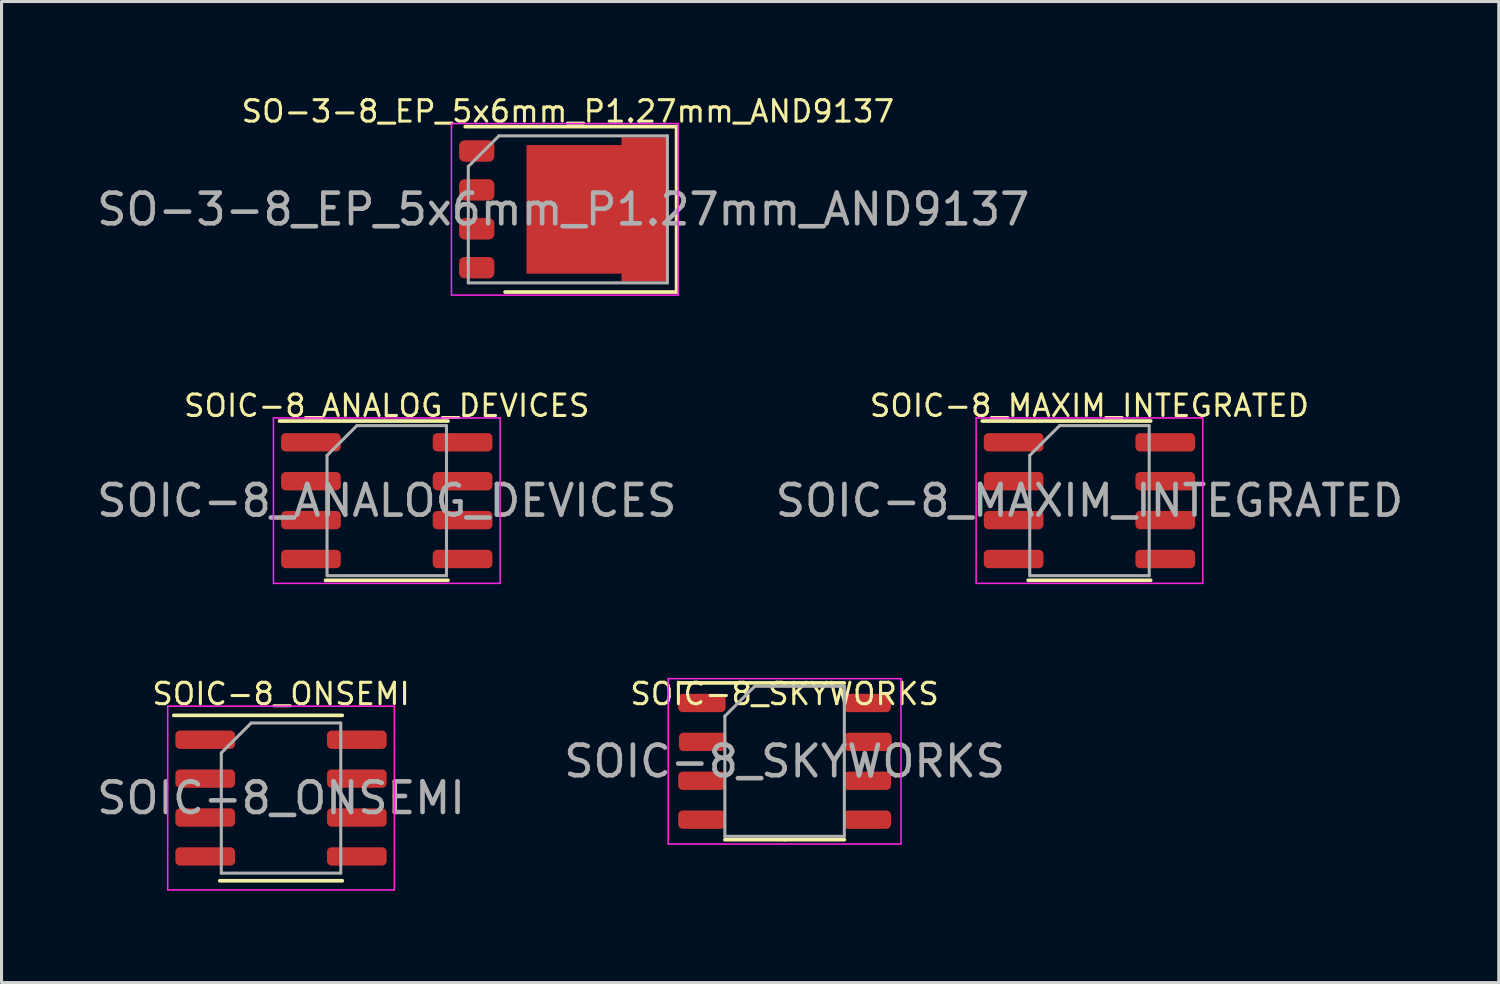
<source format=kicad_pcb>
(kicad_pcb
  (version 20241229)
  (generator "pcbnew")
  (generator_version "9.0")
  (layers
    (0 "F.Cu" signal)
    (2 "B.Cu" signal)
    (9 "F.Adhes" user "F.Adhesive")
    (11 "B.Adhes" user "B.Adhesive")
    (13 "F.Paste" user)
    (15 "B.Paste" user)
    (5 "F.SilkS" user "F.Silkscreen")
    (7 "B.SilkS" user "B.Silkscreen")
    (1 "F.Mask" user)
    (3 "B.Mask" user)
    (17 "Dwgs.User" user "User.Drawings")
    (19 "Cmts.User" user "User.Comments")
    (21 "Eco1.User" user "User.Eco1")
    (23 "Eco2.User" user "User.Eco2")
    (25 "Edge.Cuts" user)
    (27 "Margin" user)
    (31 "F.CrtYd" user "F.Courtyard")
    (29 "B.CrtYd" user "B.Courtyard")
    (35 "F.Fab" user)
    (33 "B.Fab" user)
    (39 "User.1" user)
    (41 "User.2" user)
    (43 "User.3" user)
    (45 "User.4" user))
  (footprint "SOIC-8_ONSEMI"
    (layer "F.Cu")
    (at 6.125 23.005)
    (property "Reference" "SOIC-8_ONSEMI" (at 0 -3.4 0) (layer "F.SilkS") (effects (font (size 0.7 0.7) (thickness 0.1))))
    (attr smd)
    (fp_line (start 2 -2.7) (end -3.5 -2.7) (stroke (width 0.12) (type solid)) (layer "F.SilkS"))
    (fp_line (start 2 2.7) (end -2 2.7) (stroke (width 0.12) (type solid)) (layer "F.SilkS"))
    (fp_line (start -3.7 -3) (end -3.7 3) (stroke (width 0.05) (type solid)) (layer "F.CrtYd"))
    (fp_line (start -3.7 3) (end 3.7 3) (stroke (width 0.05) (type solid)) (layer "F.CrtYd"))
    (fp_line (start 3.7 -3) (end -3.7 -3) (stroke (width 0.05) (type solid)) (layer "F.CrtYd"))
    (fp_line (start 3.7 3) (end 3.7 -3) (stroke (width 0.05) (type solid)) (layer "F.CrtYd"))
    (fp_line (start -1.95 -1.475) (end -0.975 -2.45) (stroke (width 0.1) (type solid)) (layer "F.Fab"))
    (fp_line (start -1.95 2.45) (end -1.95 -1.475) (stroke (width 0.1) (type solid)) (layer "F.Fab"))
    (fp_line (start -0.975 -2.45) (end 1.95 -2.45) (stroke (width 0.1) (type solid)) (layer "F.Fab"))
    (fp_line (start 1.95 -2.45) (end 1.95 2.45) (stroke (width 0.1) (type solid)) (layer "F.Fab"))
    (fp_line (start 1.95 2.45) (end -1.95 2.45) (stroke (width 0.1) (type solid)) (layer "F.Fab"))
    (fp_text user "${REFERENCE}" (at 0 0 0) (layer "F.Fab") (effects (font (size 1 1) (thickness 0.15))))
    (pad "1" smd roundrect (at -2.475 -1.905) (size 1.95 0.6) (layers "F.Cu" "F.Mask" "F.Paste") (roundrect_rratio 0.25))
    (pad "2" smd roundrect (at -2.475 -0.635) (size 1.95 0.6) (layers "F.Cu" "F.Mask" "F.Paste") (roundrect_rratio 0.25))
    (pad "3" smd roundrect (at -2.475 0.635) (size 1.95 0.6) (layers "F.Cu" "F.Mask" "F.Paste") (roundrect_rratio 0.25))
    (pad "4" smd roundrect (at -2.475 1.905) (size 1.95 0.6) (layers "F.Cu" "F.Mask" "F.Paste") (roundrect_rratio 0.25))
    (pad "5" smd roundrect (at 2.475 1.905) (size 1.95 0.6) (layers "F.Cu" "F.Mask" "F.Paste") (roundrect_rratio 0.25))
    (pad "6" smd roundrect (at 2.475 0.635) (size 1.95 0.6) (layers "F.Cu" "F.Mask" "F.Paste") (roundrect_rratio 0.25))
    (pad "7" smd roundrect (at 2.475 -0.635) (size 1.95 0.6) (layers "F.Cu" "F.Mask" "F.Paste") (roundrect_rratio 0.25))
    (pad "8" smd roundrect (at 2.475 -1.905) (size 1.95 0.6) (layers "F.Cu" "F.Mask" "F.Paste") (roundrect_rratio 0.25)))
  (footprint "SOIC-8_MAXIM_INTEGRATED"
    (layer "F.Cu")
    (at 32.518 13.295)
    (property "Reference" "SOIC-8_MAXIM_INTEGRATED" (at 0 -3.1 0) (layer "F.SilkS") (effects (font (size 0.7 0.7) (thickness 0.1))))
    (attr smd)
    (fp_line (start 2 -2.6) (end -3.5 -2.6) (stroke (width 0.12) (type solid)) (layer "F.SilkS"))
    (fp_line (start 2 2.6) (end -2 2.6) (stroke (width 0.12) (type solid)) (layer "F.SilkS"))
    (fp_line (start -3.7 -2.7) (end -3.7 2.7) (stroke (width 0.05) (type solid)) (layer "F.CrtYd"))
    (fp_line (start -3.7 2.7) (end 3.7 2.7) (stroke (width 0.05) (type solid)) (layer "F.CrtYd"))
    (fp_line (start 3.7 -2.7) (end -3.7 -2.7) (stroke (width 0.05) (type solid)) (layer "F.CrtYd"))
    (fp_line (start 3.7 2.7) (end 3.7 -2.7) (stroke (width 0.05) (type solid)) (layer "F.CrtYd"))
    (fp_line (start -1.95 -1.475) (end -0.975 -2.45) (stroke (width 0.1) (type solid)) (layer "F.Fab"))
    (fp_line (start -1.95 2.45) (end -1.95 -1.475) (stroke (width 0.1) (type solid)) (layer "F.Fab"))
    (fp_line (start -0.975 -2.45) (end 1.95 -2.45) (stroke (width 0.1) (type solid)) (layer "F.Fab"))
    (fp_line (start 1.95 -2.45) (end 1.95 2.45) (stroke (width 0.1) (type solid)) (layer "F.Fab"))
    (fp_line (start 1.95 2.45) (end -1.95 2.45) (stroke (width 0.1) (type solid)) (layer "F.Fab"))
    (fp_text user "${REFERENCE}" (at 0 0 0) (layer "F.Fab") (effects (font (size 1 1) (thickness 0.15))))
    (pad "1" smd roundrect (at -2.475 -1.905) (size 1.95 0.6) (layers "F.Cu" "F.Mask" "F.Paste") (roundrect_rratio 0.25))
    (pad "2" smd roundrect (at -2.475 -0.635) (size 1.95 0.6) (layers "F.Cu" "F.Mask" "F.Paste") (roundrect_rratio 0.25))
    (pad "3" smd roundrect (at -2.475 0.635) (size 1.95 0.6) (layers "F.Cu" "F.Mask" "F.Paste") (roundrect_rratio 0.25))
    (pad "4" smd roundrect (at -2.475 1.905) (size 1.95 0.6) (layers "F.Cu" "F.Mask" "F.Paste") (roundrect_rratio 0.25))
    (pad "5" smd roundrect (at 2.475 1.905) (size 1.95 0.6) (layers "F.Cu" "F.Mask" "F.Paste") (roundrect_rratio 0.25))
    (pad "6" smd roundrect (at 2.475 0.635) (size 1.95 0.6) (layers "F.Cu" "F.Mask" "F.Paste") (roundrect_rratio 0.25))
    (pad "7" smd roundrect (at 2.475 -0.635) (size 1.95 0.6) (layers "F.Cu" "F.Mask" "F.Paste") (roundrect_rratio 0.25))
    (pad "8" smd roundrect (at 2.475 -1.905) (size 1.95 0.6) (layers "F.Cu" "F.Mask" "F.Paste") (roundrect_rratio 0.25)))
  (footprint "SOIC-8_SKYWORKS"
    (layer "F.Cu")
    (at 22.565 21.805)
    (property "Reference" "SOIC-8_SKYWORKS" (at 0 -2.2 0) (layer "F.SilkS") (effects (font (size 0.7 0.7) (thickness 0.1))))
    (attr smd)
    (fp_line (start 0 -2.56) (end -3.45 -2.56) (stroke (width 0.12) (type solid)) (layer "F.SilkS"))
    (fp_line (start 0 -2.56) (end 1.95 -2.56) (stroke (width 0.12) (type solid)) (layer "F.SilkS"))
    (fp_line (start 0 2.56) (end -1.95 2.56) (stroke (width 0.12) (type solid)) (layer "F.SilkS"))
    (fp_line (start 0 2.56) (end 1.95 2.56) (stroke (width 0.12) (type solid)) (layer "F.SilkS"))
    (fp_line (start -3.8 -2.7) (end -3.8 2.7) (stroke (width 0.05) (type solid)) (layer "F.CrtYd"))
    (fp_line (start -3.8 2.7) (end 3.8 2.7) (stroke (width 0.05) (type solid)) (layer "F.CrtYd"))
    (fp_line (start 3.8 -2.7) (end -3.8 -2.7) (stroke (width 0.05) (type solid)) (layer "F.CrtYd"))
    (fp_line (start 3.8 2.7) (end 3.8 -2.7) (stroke (width 0.05) (type solid)) (layer "F.CrtYd"))
    (fp_line (start -1.95 -1.475) (end -0.975 -2.45) (stroke (width 0.1) (type solid)) (layer "F.Fab"))
    (fp_line (start -1.95 2.45) (end -1.95 -1.475) (stroke (width 0.1) (type solid)) (layer "F.Fab"))
    (fp_line (start -0.975 -2.45) (end 1.95 -2.45) (stroke (width 0.1) (type solid)) (layer "F.Fab"))
    (fp_line (start 1.95 -2.45) (end 1.95 2.45) (stroke (width 0.1) (type solid)) (layer "F.Fab"))
    (fp_line (start 1.95 2.45) (end -1.95 2.45) (stroke (width 0.1) (type solid)) (layer "F.Fab"))
    (fp_text user "${REFERENCE}" (at 0 0 0) (layer "F.Fab") (effects (font (size 1 1) (thickness 0.15))))
    (pad "1" smd roundrect (at -2.7 -1.905) (size 1.55 0.6) (layers "F.Cu" "F.Mask" "F.Paste") (roundrect_rratio 0.25))
    (pad "2" smd roundrect (at -2.675 -0.635) (size 1.55 0.6) (layers "F.Cu" "F.Mask" "F.Paste") (roundrect_rratio 0.25))
    (pad "3" smd roundrect (at -2.7 0.635) (size 1.55 0.6) (layers "F.Cu" "F.Mask" "F.Paste") (roundrect_rratio 0.25))
    (pad "4" smd roundrect (at -2.7 1.905) (size 1.55 0.6) (layers "F.Cu" "F.Mask" "F.Paste") (roundrect_rratio 0.25))
    (pad "5" smd roundrect (at 2.7 1.905) (size 1.55 0.6) (layers "F.Cu" "F.Mask" "F.Paste") (roundrect_rratio 0.25))
    (pad "6" smd roundrect (at 2.7 0.635) (size 1.55 0.6) (layers "F.Cu" "F.Mask" "F.Paste") (roundrect_rratio 0.25))
    (pad "7" smd roundrect (at 2.725 -0.635) (size 1.55 0.6) (layers "F.Cu" "F.Mask" "F.Paste") (roundrect_rratio 0.25))
    (pad "8" smd roundrect (at 2.7 -1.905) (size 1.55 0.6) (layers "F.Cu" "F.Mask" "F.Paste") (roundrect_rratio 0.25)))
  (footprint "SOIC-8_ANALOG_DEVICES"
    (layer "F.Cu")
    (at 9.577 13.295)
    (property "Reference" "SOIC-8_ANALOG_DEVICES" (at 0 -3.1 0) (layer "F.SilkS") (effects (font (size 0.7 0.7) (thickness 0.1))))
    (attr smd)
    (fp_line (start 2 -2.6) (end -3.5 -2.6) (stroke (width 0.12) (type solid)) (layer "F.SilkS"))
    (fp_line (start 2 2.6) (end -2 2.6) (stroke (width 0.12) (type solid)) (layer "F.SilkS"))
    (fp_line (start -3.7 -2.7) (end -3.7 2.7) (stroke (width 0.05) (type solid)) (layer "F.CrtYd"))
    (fp_line (start -3.7 2.7) (end 3.7 2.7) (stroke (width 0.05) (type solid)) (layer "F.CrtYd"))
    (fp_line (start 3.7 -2.7) (end -3.7 -2.7) (stroke (width 0.05) (type solid)) (layer "F.CrtYd"))
    (fp_line (start 3.7 2.7) (end 3.7 -2.7) (stroke (width 0.05) (type solid)) (layer "F.CrtYd"))
    (fp_line (start -1.95 -1.475) (end -0.975 -2.45) (stroke (width 0.1) (type solid)) (layer "F.Fab"))
    (fp_line (start -1.95 2.45) (end -1.95 -1.475) (stroke (width 0.1) (type solid)) (layer "F.Fab"))
    (fp_line (start -0.975 -2.45) (end 1.95 -2.45) (stroke (width 0.1) (type solid)) (layer "F.Fab"))
    (fp_line (start 1.95 -2.45) (end 1.95 2.45) (stroke (width 0.1) (type solid)) (layer "F.Fab"))
    (fp_line (start 1.95 2.45) (end -1.95 2.45) (stroke (width 0.1) (type solid)) (layer "F.Fab"))
    (fp_text user "${REFERENCE}" (at 0 0 0) (layer "F.Fab") (effects (font (size 1 1) (thickness 0.15))))
    (pad "1" smd roundrect (at -2.475 -1.905) (size 1.95 0.6) (layers "F.Cu" "F.Mask" "F.Paste") (roundrect_rratio 0.25))
    (pad "2" smd roundrect (at -2.475 -0.635) (size 1.95 0.6) (layers "F.Cu" "F.Mask" "F.Paste") (roundrect_rratio 0.25))
    (pad "3" smd roundrect (at -2.475 0.635) (size 1.95 0.6) (layers "F.Cu" "F.Mask" "F.Paste") (roundrect_rratio 0.25))
    (pad "4" smd roundrect (at -2.475 1.905) (size 1.95 0.6) (layers "F.Cu" "F.Mask" "F.Paste") (roundrect_rratio 0.25))
    (pad "5" smd roundrect (at 2.475 1.905) (size 1.95 0.6) (layers "F.Cu" "F.Mask" "F.Paste") (roundrect_rratio 0.25))
    (pad "6" smd roundrect (at 2.475 0.635) (size 1.95 0.6) (layers "F.Cu" "F.Mask" "F.Paste") (roundrect_rratio 0.25))
    (pad "7" smd roundrect (at 2.475 -0.635) (size 1.95 0.6) (layers "F.Cu" "F.Mask" "F.Paste") (roundrect_rratio 0.25))
    (pad "8" smd roundrect (at 2.475 -1.905) (size 1.95 0.6) (layers "F.Cu" "F.Mask" "F.Paste") (roundrect_rratio 0.25)))
  (footprint "SO-3-8_EP_5x6mm_P1.27mm_AND9137"
    (layer "F.Cu")
    (at 15.489 3.785)
    (property "Reference" "SO-3-8_EP_5x6mm_P1.27mm_AND9137" (at 0 -3.2 0) (layer "F.SilkS") (effects (font (size 0.7 0.7) (thickness 0.1))))
    (attr smd)
    (fp_line (start -2.05 2.7) (end 3.55 2.7) (stroke (width 0.12) (type solid)) (layer "F.SilkS"))
    (fp_line (start 3.55 -2.7) (end -3.35 -2.7) (stroke (width 0.12) (type solid)) (layer "F.SilkS"))
    (fp_line (start 3.55 2.7) (end 3.55 -2.7) (stroke (width 0.12) (type solid)) (layer "F.SilkS"))
    (fp_line (start -3.8 -2.8) (end 3.6 -2.8) (stroke (width 0.05) (type solid)) (layer "F.CrtYd"))
    (fp_line (start -3.8 2.8) (end -3.8 -2.8) (stroke (width 0.05) (type solid)) (layer "F.CrtYd"))
    (fp_line (start 3.6 -2.8) (end 3.6 2.8) (stroke (width 0.05) (type solid)) (layer "F.CrtYd"))
    (fp_line (start 3.6 2.8) (end -3.8 2.8) (stroke (width 0.05) (type solid)) (layer "F.CrtYd"))
    (fp_line (start -3.25 -1.4) (end -3.25 2.4) (stroke (width 0.1) (type solid)) (layer "F.Fab"))
    (fp_line (start -3.25 -1.4) (end -2.25 -2.4) (stroke (width 0.1) (type solid)) (layer "F.Fab"))
    (fp_line (start -3.25 2.4) (end 3.25 2.4) (stroke (width 0.1) (type solid)) (layer "F.Fab"))
    (fp_line (start 3.25 -2.4) (end -2.25 -2.4) (stroke (width 0.1) (type solid)) (layer "F.Fab"))
    (fp_line (start 3.25 2.4) (end 3.25 -2.4) (stroke (width 0.1) (type solid)) (layer "F.Fab"))
    (fp_text user "${REFERENCE}" (at -0.15 0 180) (layer "F.Fab") (effects (font (size 1 1) (thickness 0.15))))
    (pad "" smd rect (at -0.8 -1.15 90) (size 0.9 0.6) (layers "F.Paste"))
    (pad "" smd rect (at -0.8 0 90) (size 0.9 0.6) (layers "F.Paste"))
    (pad "" smd rect (at -0.8 1.15 90) (size 0.9 0.6) (layers "F.Paste"))
    (pad "" smd rect (at 0.05 -1.15 90) (size 0.9 0.6) (layers "F.Paste"))
    (pad "" smd rect (at 0.05 0 90) (size 0.9 0.6) (layers "F.Paste"))
    (pad "" smd rect (at 0.05 1.15 90) (size 0.9 0.6) (layers "F.Paste"))
    (pad "" smd rect (at 0.9 -1.15 90) (size 0.9 0.6) (layers "F.Paste"))
    (pad "" smd rect (at 0.9 0 90) (size 0.9 0.6) (layers "F.Paste"))
    (pad "" smd rect (at 0.9 1.15 90) (size 0.9 0.6) (layers "F.Paste"))
    (pad "" smd rect (at 1.75 -1.15 90) (size 0.9 0.6) (layers "F.Paste"))
    (pad "" smd rect (at 1.75 0 90) (size 0.9 0.6) (layers "F.Paste"))
    (pad "" smd rect (at 1.75 1.15 90) (size 0.9 0.6) (layers "F.Paste"))
    (pad "" smd rect (at 2.75 -1.91 90) (size 0.6 0.9) (layers "F.Paste"))
    (pad "" smd rect (at 2.75 -0.64 90) (size 0.6 0.9) (layers "F.Paste"))
    (pad "" smd rect (at 2.75 0.63 90) (size 0.6 0.9) (layers "F.Paste"))
    (pad "" smd rect (at 2.75 1.9 90) (size 0.6 0.9) (layers "F.Paste"))
    (pad "1" smd roundrect (at -2.975 -1.905 90) (size 0.7 1.15) (layers "F.Cu" "F.Mask" "F.Paste") (roundrect_rratio 0.25))
    (pad "2" smd roundrect (at -2.975 -0.635 90) (size 0.7 1.15) (layers "F.Cu" "F.Mask" "F.Paste") (roundrect_rratio 0.25))
    (pad "3" smd roundrect (at -2.975 0.635 90) (size 0.7 1.15) (layers "F.Cu" "F.Mask" "F.Paste") (roundrect_rratio 0.25))
    (pad "4" smd roundrect (at -2.975 1.905 90) (size 0.7 1.15) (layers "F.Cu" "F.Mask" "F.Paste") (roundrect_rratio 0.25))
    (pad "5" smd custom (at -0.25 0 90) (size 4 2) (layers "F.Cu" "F.Mask") (options (anchor rect)) (primitives (gr_poly (pts (xy -2.35 3.5) (xy 2.35 3.5) (xy 2.35 2) (xy 2.1 2) (xy 2.1 -1.1) (xy -2.1 -1.1) (xy -2.1 2) (xy -2.35 2)) (width 0) (fill yes)))))
  (gr_rect
    (start -3 -3)
    (end 45.881 29.03)
    (stroke (width 0.1) (type default))
    (fill no)
    (layer "Edge.Cuts")))
</source>
